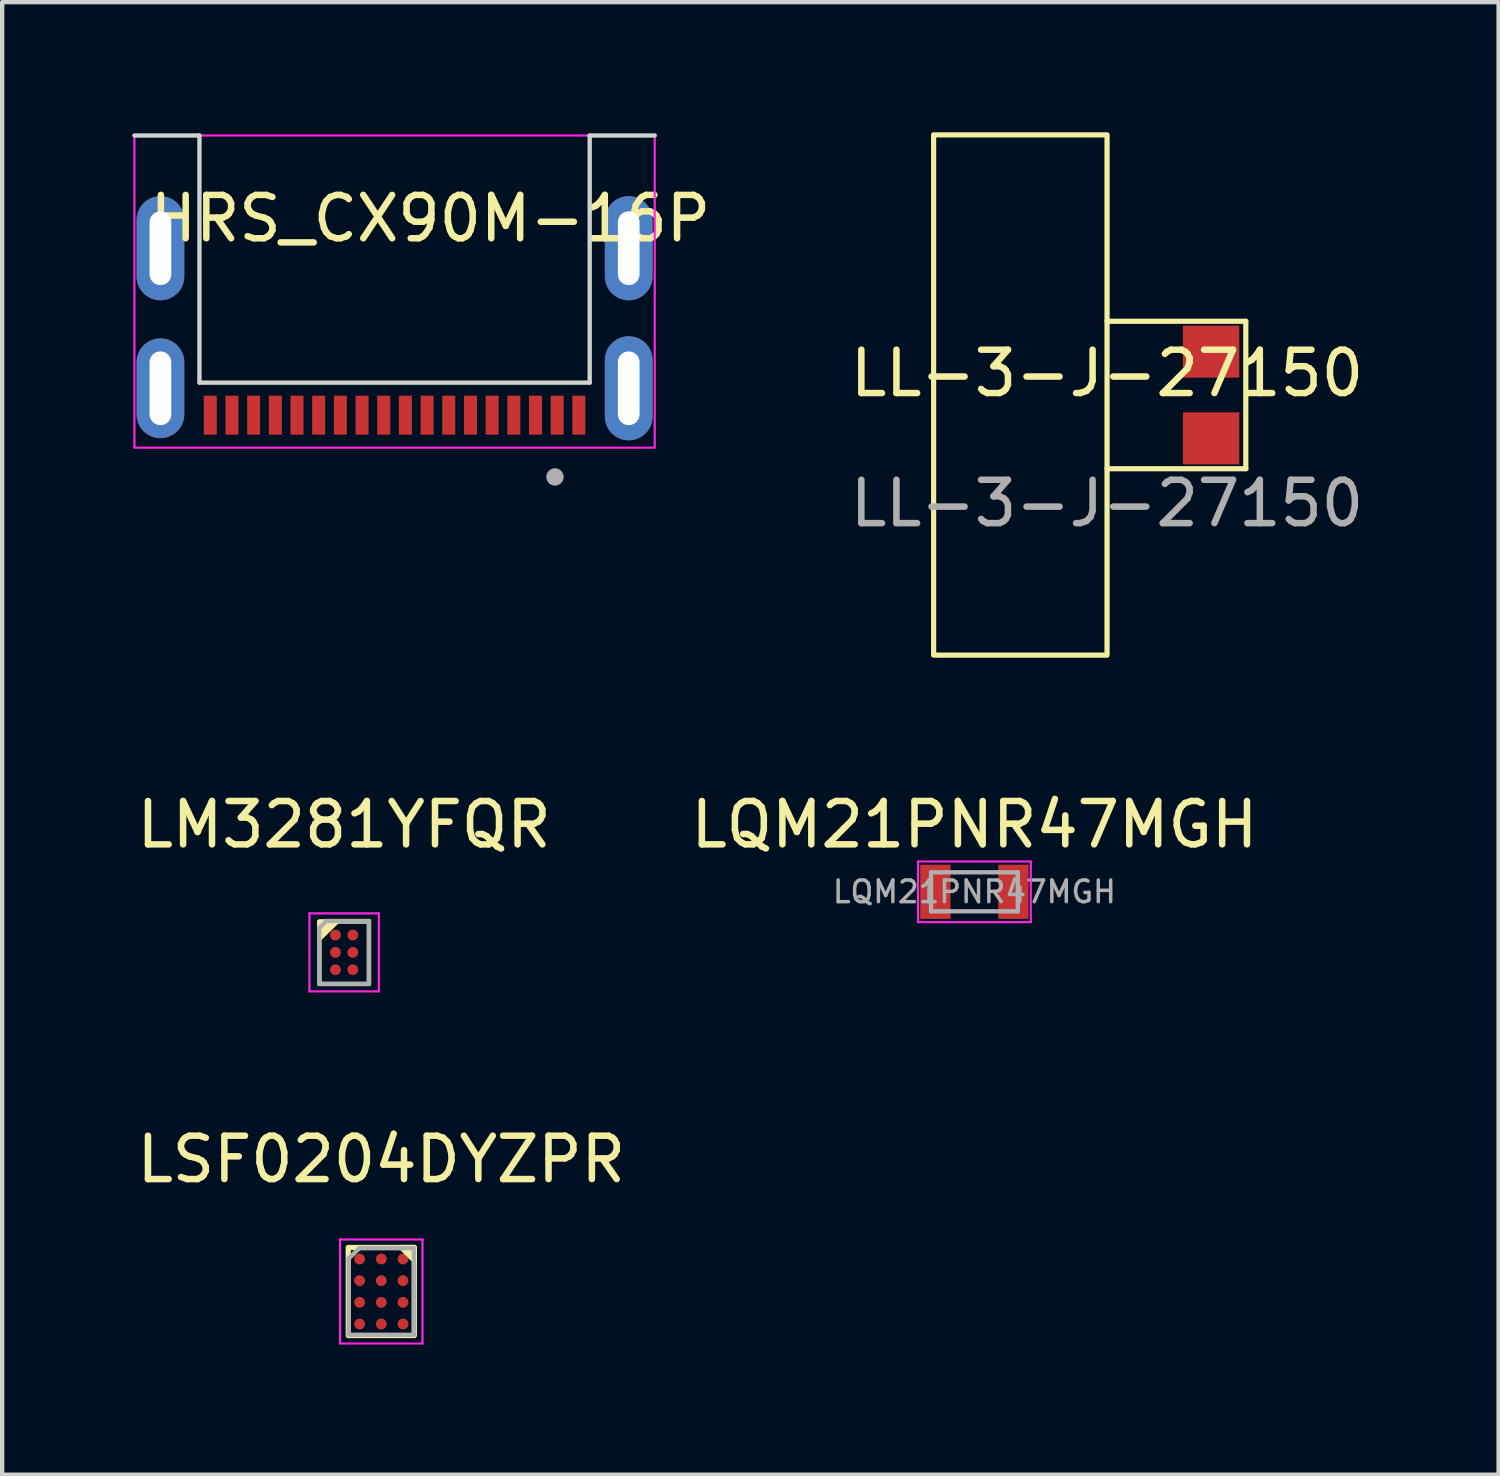
<source format=kicad_pcb>
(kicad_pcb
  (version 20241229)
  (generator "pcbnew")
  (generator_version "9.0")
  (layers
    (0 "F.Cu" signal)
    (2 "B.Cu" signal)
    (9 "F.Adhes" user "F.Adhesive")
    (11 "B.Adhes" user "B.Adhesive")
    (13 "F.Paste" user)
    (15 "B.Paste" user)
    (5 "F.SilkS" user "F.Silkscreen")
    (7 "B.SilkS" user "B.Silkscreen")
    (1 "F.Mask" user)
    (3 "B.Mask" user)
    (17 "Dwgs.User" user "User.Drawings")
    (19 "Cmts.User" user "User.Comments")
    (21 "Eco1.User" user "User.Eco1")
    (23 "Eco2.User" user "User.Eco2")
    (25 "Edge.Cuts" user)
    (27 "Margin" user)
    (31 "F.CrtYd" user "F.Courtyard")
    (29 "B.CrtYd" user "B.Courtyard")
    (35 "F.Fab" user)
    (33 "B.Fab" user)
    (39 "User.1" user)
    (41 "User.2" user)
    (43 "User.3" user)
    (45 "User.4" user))
  (footprint "LQM21PNR47MGH"
    (layer "F.Cu")
    (at 19.423 17.518)
    (property "Reference" "LQM21PNR47MGH" (at 0 -1.55 0) (layer "F.SilkS") (effects (font (size 1 1) (thickness 0.15))))
    (attr smd)
    (fp_line (start -1.3 -0.7) (end 1.3 -0.7) (stroke (width 0.05) (type solid)) (layer "F.CrtYd"))
    (fp_line (start -1.3 0.7) (end -1.3 -0.7) (stroke (width 0.05) (type solid)) (layer "F.CrtYd"))
    (fp_line (start 1.3 -0.7) (end 1.3 0.7) (stroke (width 0.05) (type solid)) (layer "F.CrtYd"))
    (fp_line (start 1.3 0.7) (end -1.3 0.7) (stroke (width 0.05) (type solid)) (layer "F.CrtYd"))
    (fp_line (start -1 -0.45) (end 1 -0.45) (stroke (width 0.1) (type solid)) (layer "F.Fab"))
    (fp_line (start -1 0.45) (end -1 -0.45) (stroke (width 0.1) (type solid)) (layer "F.Fab"))
    (fp_line (start 1 -0.45) (end 1 0.45) (stroke (width 0.1) (type solid)) (layer "F.Fab"))
    (fp_line (start 1 0.45) (end -1 0.45) (stroke (width 0.1) (type solid)) (layer "F.Fab"))
    (fp_text user "${REFERENCE}" (at 0 0 0) (layer "F.Fab") (effects (font (size 0.5 0.5) (thickness 0.08))))
    (pad "1" smd rect (at -0.9 0) (size 0.7 1.25) (layers "F.Cu" "F.Mask" "F.Paste"))
    (pad "2" smd rect (at 0.9 0) (size 0.7 1.25) (layers "F.Cu" "F.Mask" "F.Paste")))
  (footprint "LSF0204DYZPR"
    (layer "F.Cu")
    (at 5.744 26.736)
    (property "Reference" "LSF0204DYZPR" (at 0 -3.048 0) (layer "F.SilkS") (effects (font (size 1 1) (thickness 0.15))))
    (attr through_hole)
    (fp_rect (start -0.762 -1.016) (end 0.762 1.016) (stroke (width 0.12) (type solid)) (fill no) (layer "F.SilkS"))
    (fp_poly (pts (xy 0.762 -0.716) (xy 0.462 -1.016) (xy 0.762 -1.016)) (stroke (width 0.12) (type solid)) (fill yes) (layer "F.SilkS"))
    (fp_line (start -0.95 -1.2) (end 0.95 -1.2) (stroke (width 0.05) (type solid)) (layer "F.CrtYd"))
    (fp_line (start -0.95 1.2) (end -0.95 -1.2) (stroke (width 0.05) (type solid)) (layer "F.CrtYd"))
    (fp_line (start 0.95 -1.2) (end 0.95 1.2) (stroke (width 0.05) (type solid)) (layer "F.CrtYd"))
    (fp_line (start 0.95 1.2) (end -0.95 1.2) (stroke (width 0.05) (type solid)) (layer "F.CrtYd"))
    (fp_line (start -0.75 -0.762) (end -0.75 1) (stroke (width 0.1) (type solid)) (layer "F.Fab"))
    (fp_line (start -0.75 1) (end 0.75 1) (stroke (width 0.1) (type solid)) (layer "F.Fab"))
    (fp_line (start -0.508 -1) (end -0.75 -0.762) (stroke (width 0.1) (type solid)) (layer "F.Fab"))
    (fp_line (start 0.75 -1) (end -0.508 -1) (stroke (width 0.1) (type solid)) (layer "F.Fab"))
    (fp_line (start 0.75 1) (end 0.75 -1) (stroke (width 0.1) (type solid)) (layer "F.Fab"))
    (pad "A1" smd circle (at -0.5 -0.75) (size 0.25 0.25) (layers "F.Cu" "F.Mask" "F.Paste"))
    (pad "A2" smd circle (at 0 -0.75) (size 0.25 0.25) (layers "F.Cu" "F.Mask" "F.Paste"))
    (pad "A3" smd circle (at 0.5 -0.75) (size 0.25 0.25) (layers "F.Cu" "F.Mask" "F.Paste"))
    (pad "B1" smd circle (at -0.5 -0.25) (size 0.25 0.25) (layers "F.Cu" "F.Mask" "F.Paste"))
    (pad "B2" smd circle (at 0 -0.25) (size 0.25 0.25) (layers "F.Cu" "F.Mask" "F.Paste"))
    (pad "B3" smd circle (at 0.5 -0.25) (size 0.25 0.25) (layers "F.Cu" "F.Mask" "F.Paste"))
    (pad "C1" smd circle (at -0.5 0.25) (size 0.25 0.25) (layers "F.Cu" "F.Mask" "F.Paste"))
    (pad "C2" smd circle (at 0 0.25) (size 0.25 0.25) (layers "F.Cu" "F.Mask" "F.Paste"))
    (pad "C3" smd circle (at 0.5 0.25) (size 0.25 0.25) (layers "F.Cu" "F.Mask" "F.Paste"))
    (pad "D1" smd circle (at -0.5 0.75) (size 0.25 0.25) (layers "F.Cu" "F.Mask" "F.Paste"))
    (pad "D2" smd circle (at 0 0.75) (size 0.25 0.25) (layers "F.Cu" "F.Mask" "F.Paste"))
    (pad "D3" smd circle (at 0.5 0.75) (size 0.25 0.25) (layers "F.Cu" "F.Mask" "F.Paste")))
  (footprint "LM3281YFQR"
    (layer "F.Cu")
    (at 4.887 18.915)
    (property "Reference" "LM3281YFQR" (at 0 -2.946 0) (layer "F.SilkS") (effects (font (size 1 1) (thickness 0.15))))
    (attr through_hole)
    (fp_rect (start -0.57 -0.71) (end 0.57 0.73) (stroke (width 0.1) (type solid)) (fill no) (layer "F.SilkS"))
    (fp_poly (pts (xy -0.159 -0.71) (xy -0.57 -0.31) (xy -0.57 -0.71)) (stroke (width 0.1) (type solid)) (fill yes) (layer "F.SilkS"))
    (fp_line (start -0.8 -0.9) (end 0.8 -0.9) (stroke (width 0.05) (type solid)) (layer "F.CrtYd"))
    (fp_line (start -0.8 0.9) (end -0.8 -0.9) (stroke (width 0.05) (type solid)) (layer "F.CrtYd"))
    (fp_line (start 0.8 -0.9) (end 0.8 0.9) (stroke (width 0.05) (type solid)) (layer "F.CrtYd"))
    (fp_line (start 0.8 0.9) (end -0.8 0.9) (stroke (width 0.05) (type solid)) (layer "F.CrtYd"))
    (fp_line (start -0.575 -0.559) (end -0.575 0.725) (stroke (width 0.1) (type solid)) (layer "F.Fab"))
    (fp_line (start -0.575 0.725) (end 0.575 0.725) (stroke (width 0.1) (type solid)) (layer "F.Fab"))
    (fp_line (start -0.406 -0.725) (end -0.575 -0.559) (stroke (width 0.1) (type solid)) (layer "F.Fab"))
    (fp_line (start 0.575 -0.725) (end -0.406 -0.725) (stroke (width 0.1) (type solid)) (layer "F.Fab"))
    (fp_line (start 0.575 0.725) (end 0.575 -0.725) (stroke (width 0.1) (type solid)) (layer "F.Fab"))
    (pad "A1" smd circle (at -0.2 -0.4) (size 0.25 0.25) (layers "F.Cu" "F.Mask" "F.Paste"))
    (pad "A2" smd circle (at 0.2 -0.4) (size 0.25 0.25) (layers "F.Cu" "F.Mask" "F.Paste"))
    (pad "B1" smd circle (at -0.2 0) (size 0.25 0.25) (layers "F.Cu" "F.Mask" "F.Paste"))
    (pad "B2" smd circle (at 0.2 0) (size 0.25 0.25) (layers "F.Cu" "F.Mask" "F.Paste"))
    (pad "C1" smd circle (at -0.2 0.4) (size 0.25 0.25) (layers "F.Cu" "F.Mask" "F.Paste"))
    (pad "C2" smd circle (at 0.2 0.4) (size 0.25 0.25) (layers "F.Cu" "F.Mask" "F.Paste")))
  (footprint "LL-3-J-27150"
    (layer "F.Cu")
    (at 22.482 6.06)
    (property "Reference" "LL-3-J-27150" (at 0 -0.5 0) (unlocked yes) (layer "F.SilkS") (effects (font (size 1 1) (thickness 0.15))))
    (attr smd)
    (fp_line (start 0 -1.7) (end 3.2 -1.7) (stroke (width 0.12) (type solid)) (layer "F.SilkS"))
    (fp_line (start 3.2 -1.7) (end 3.2 1.7) (stroke (width 0.12) (type solid)) (layer "F.SilkS"))
    (fp_line (start 3.2 1.7) (end 0 1.7) (stroke (width 0.12) (type solid)) (layer "F.SilkS"))
    (fp_rect (start -4 -6) (end 0 6) (stroke (width 0.12) (type solid)) (fill no) (layer "F.SilkS"))
    (fp_text user "${REFERENCE}" (at 0 2.5 0) (unlocked yes) (layer "F.Fab") (effects (font (size 1 1) (thickness 0.15))))
    (pad "1" smd rect (at 2.4 -1) (size 1.3 1.2) (layers "F.Cu" "F.Mask" "F.Paste"))
    (pad "2" smd rect (at 2.4 1) (size 1.3 1.2) (layers "F.Cu" "F.Mask" "F.Paste")))
  (footprint "HRS_CX90M-16P"
    (layer "F.Cu")
    (at 6.05 0.25)
    (property "Reference" "HRS_CX90M-16P" (at 0.825 1.74 180) (layer "F.SilkS") (effects (font (size 1 1) (thickness 0.15))))
    (attr through_hole)
    (fp_line (start -4.5 -0.175) (end -6 -0.175) (stroke (width 0.1) (type solid)) (layer "Edge.Cuts"))
    (fp_line (start -4.5 5.525) (end -4.5 -0.175) (stroke (width 0.1) (type solid)) (layer "Edge.Cuts"))
    (fp_line (start 4.5 -0.175) (end 4.5 5.525) (stroke (width 0.1) (type solid)) (layer "Edge.Cuts"))
    (fp_line (start 4.5 5.525) (end -4.5 5.525) (stroke (width 0.1) (type solid)) (layer "Edge.Cuts"))
    (fp_line (start 6 -0.175) (end 4.5 -0.175) (stroke (width 0.1) (type solid)) (layer "Edge.Cuts"))
    (fp_rect (start -6 -0.175) (end 6 7.025) (stroke (width 0.05) (type solid)) (fill no) (layer "F.CrtYd"))
    (fp_circle (center 3.7 7.7) (end 3.6 7.7) (stroke (width 0.2) (type solid)) (fill no) (layer "F.Fab"))
    (pad "" smd rect (at -4.25 6.275 180) (size 0.3 0.9) (layers "F.Cu" "F.Mask" "F.Paste"))
    (pad "" smd rect (at 4.25 6.275 180) (size 0.3 0.9) (layers "F.Cu" "F.Mask" "F.Paste"))
    (pad "A1" smd rect (at 3.75 6.275 180) (size 0.3 0.9) (layers "F.Cu" "F.Mask" "F.Paste"))
    (pad "A4" smd rect (at 2.75 6.275 180) (size 0.3 0.9) (layers "F.Cu" "F.Mask" "F.Paste"))
    (pad "A5" smd rect (at 1.75 6.275 180) (size 0.3 0.9) (layers "F.Cu" "F.Mask" "F.Paste"))
    (pad "A6" smd rect (at 0.75 6.275 180) (size 0.3 0.9) (layers "F.Cu" "F.Mask" "F.Paste"))
    (pad "A7" smd rect (at -0.75 6.275 180) (size 0.3 0.9) (layers "F.Cu" "F.Mask" "F.Paste"))
    (pad "A8" smd rect (at -1.75 6.275 180) (size 0.3 0.9) (layers "F.Cu" "F.Mask" "F.Paste"))
    (pad "A9" smd rect (at -2.75 6.275 180) (size 0.3 0.9) (layers "F.Cu" "F.Mask" "F.Paste"))
    (pad "A12" smd rect (at -3.75 6.275 180) (size 0.3 0.9) (layers "F.Cu" "F.Mask" "F.Paste"))
    (pad "B1" smd rect (at -3.25 6.275 180) (size 0.3 0.9) (layers "F.Cu" "F.Mask" "F.Paste"))
    (pad "B4" smd rect (at -2.25 6.275 180) (size 0.3 0.9) (layers "F.Cu" "F.Mask" "F.Paste"))
    (pad "B5" smd rect (at -1.25 6.275 180) (size 0.3 0.9) (layers "F.Cu" "F.Mask" "F.Paste"))
    (pad "B6" smd rect (at -0.25 6.275 180) (size 0.3 0.9) (layers "F.Cu" "F.Mask" "F.Paste"))
    (pad "B7" smd rect (at 0.25 6.275 180) (size 0.3 0.9) (layers "F.Cu" "F.Mask" "F.Paste"))
    (pad "B8" smd rect (at 1.25 6.275 180) (size 0.3 0.9) (layers "F.Cu" "F.Mask" "F.Paste"))
    (pad "B9" smd rect (at 2.25 6.275 180) (size 0.3 0.9) (layers "F.Cu" "F.Mask" "F.Paste"))
    (pad "B12" smd rect (at 3.25 6.275 180) (size 0.3 0.9) (layers "F.Cu" "F.Mask" "F.Paste"))
    (pad "S1" thru_hole oval (at -5.4 2.425 180) (size 1.1 2.4) (drill oval 0.5 1.7) (layers "*.Cu" "*.Mask"))
    (pad "S1" thru_hole oval (at -5.4 5.655 180) (size 1.1 2.3) (drill oval 0.5 1.7) (layers "*.Cu" "*.Mask"))
    (pad "S1" thru_hole oval (at 5.4 2.425 180) (size 1.1 2.4) (drill oval 0.5 1.7) (layers "*.Cu" "*.Mask"))
    (pad "S1" thru_hole oval (at 5.4 5.655 180) (size 1.1 2.4) (drill oval 0.5 1.7) (layers "*.Cu" "*.Mask")))
  (gr_rect
    (start -3 -3)
    (end 31.512 30.961)
    (stroke (width 0.1) (type default))
    (fill no)
    (layer "Edge.Cuts")))
</source>
